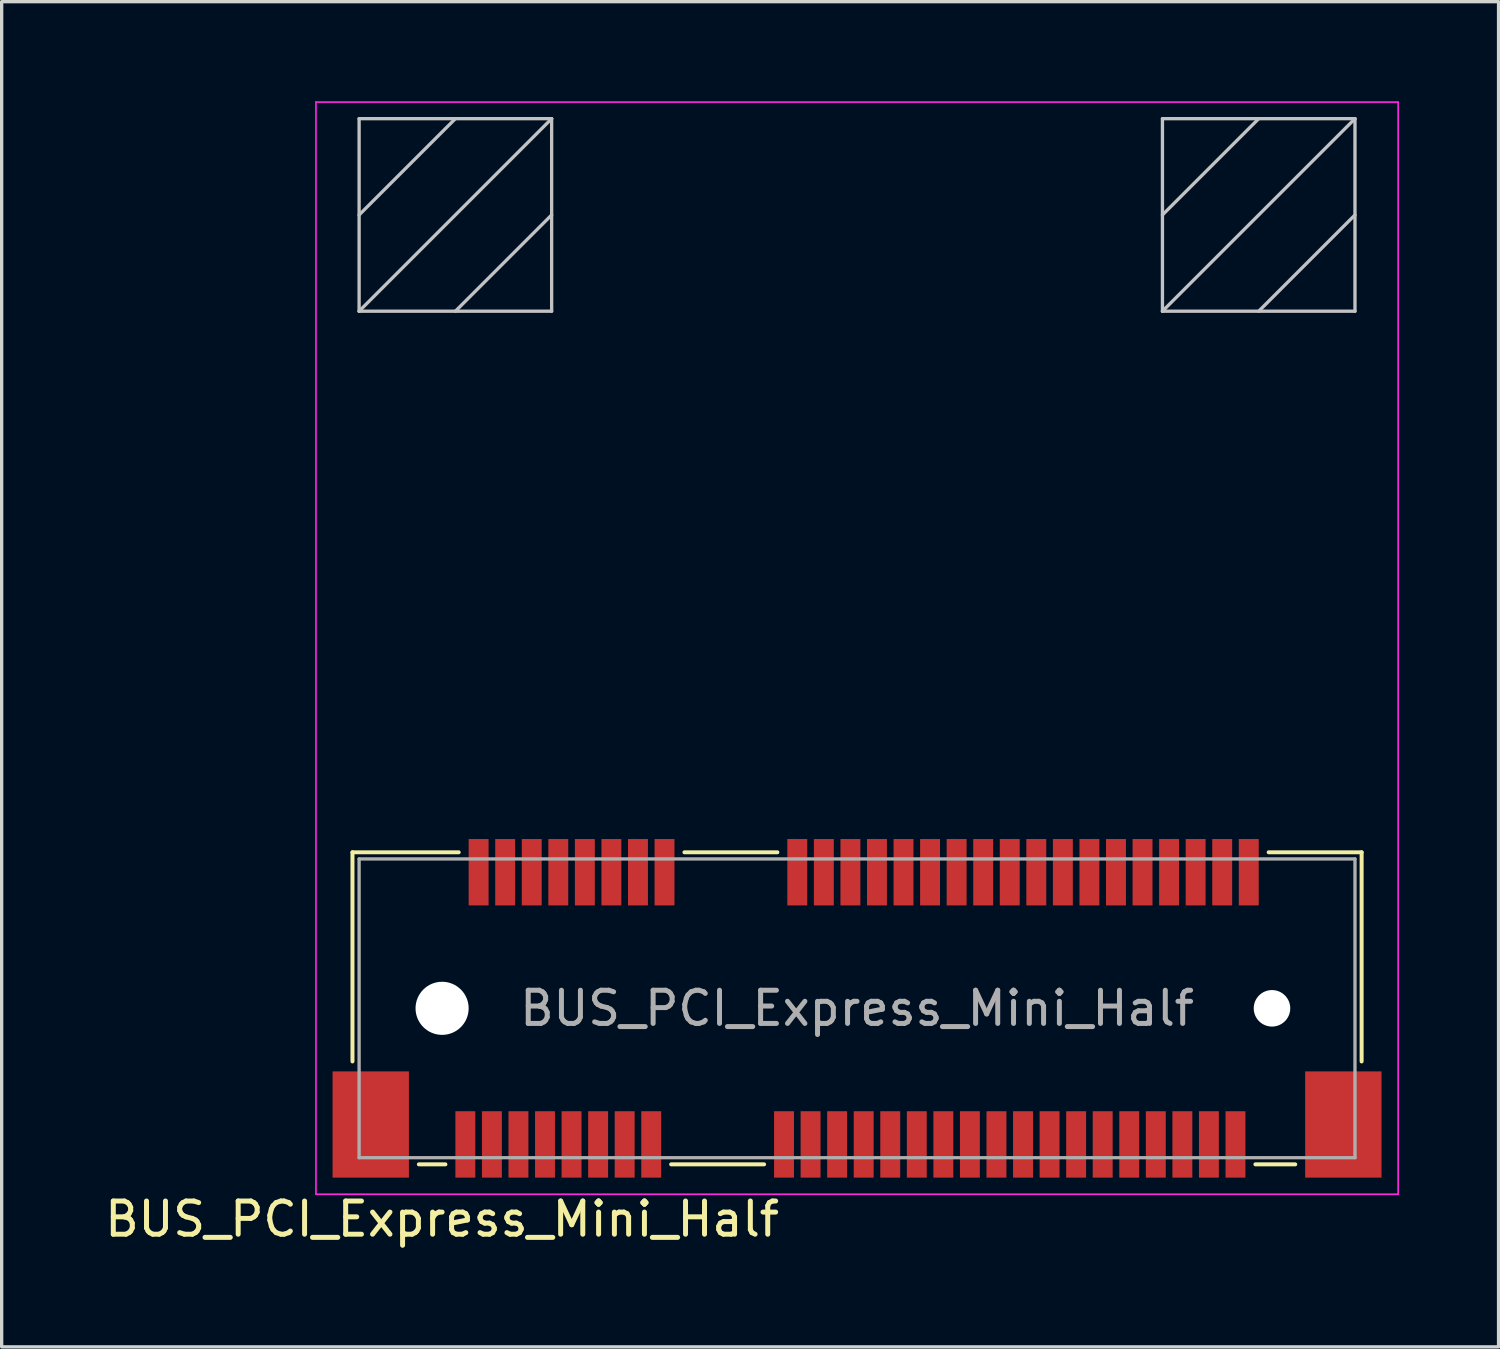
<source format=kicad_pcb>
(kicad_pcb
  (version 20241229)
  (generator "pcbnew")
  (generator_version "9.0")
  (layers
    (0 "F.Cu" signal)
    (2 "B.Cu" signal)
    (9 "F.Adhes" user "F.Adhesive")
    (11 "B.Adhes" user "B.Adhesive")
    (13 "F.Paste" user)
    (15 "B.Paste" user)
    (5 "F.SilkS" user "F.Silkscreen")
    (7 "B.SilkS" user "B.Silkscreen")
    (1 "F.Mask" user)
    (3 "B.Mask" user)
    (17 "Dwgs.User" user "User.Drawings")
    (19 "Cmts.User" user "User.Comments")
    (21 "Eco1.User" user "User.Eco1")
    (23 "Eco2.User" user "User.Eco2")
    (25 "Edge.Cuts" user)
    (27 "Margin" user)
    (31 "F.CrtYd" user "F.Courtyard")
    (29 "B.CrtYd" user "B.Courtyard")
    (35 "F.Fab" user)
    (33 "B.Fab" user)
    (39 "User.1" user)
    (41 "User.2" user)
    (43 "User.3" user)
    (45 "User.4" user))
  (footprint "BUS_PCI_Express_Mini_Half"
    (layer "F.Cu")
    (at 22.768 27.325)
    (property "Reference" "BUS_PCI_Express_Mini_Half" (at -12.5 6.35 180) (layer "F.SilkS") (effects (font (size 1 1) (thickness 0.15))))
    (attr smd)
    (fp_line (start -15.2 -4.7) (end -15.2 1.6) (stroke (width 0.12) (type solid)) (layer "F.SilkS"))
    (fp_line (start -13.2 4.7) (end -12.4 4.7) (stroke (width 0.12) (type solid)) (layer "F.SilkS"))
    (fp_line (start -12 -4.7) (end -15.2 -4.7) (stroke (width 0.12) (type solid)) (layer "F.SilkS"))
    (fp_line (start -5.6 4.7) (end -2.8 4.7) (stroke (width 0.12) (type solid)) (layer "F.SilkS"))
    (fp_line (start -2.4 -4.7) (end -5.2 -4.7) (stroke (width 0.12) (type solid)) (layer "F.SilkS"))
    (fp_line (start 12 4.7) (end 13.2 4.7) (stroke (width 0.12) (type solid)) (layer "F.SilkS"))
    (fp_line (start 15.2 -4.7) (end 12.4 -4.7) (stroke (width 0.12) (type solid)) (layer "F.SilkS"))
    (fp_line (start 15.2 1.6) (end 15.2 -4.7) (stroke (width 0.12) (type solid)) (layer "F.SilkS"))
    (fp_line (start -15 -26.8) (end -15 -21) (stroke (width 0.1) (type solid)) (layer "Dwgs.User"))
    (fp_line (start -15 -21) (end -9.2 -26.8) (stroke (width 0.1) (type solid)) (layer "Dwgs.User"))
    (fp_line (start -15 -21) (end -9.2 -21) (stroke (width 0.1) (type solid)) (layer "Dwgs.User"))
    (fp_line (start -12.1 -26.8) (end -15 -23.9) (stroke (width 0.1) (type solid)) (layer "Dwgs.User"))
    (fp_line (start -9.2 -26.8) (end -15 -26.8) (stroke (width 0.1) (type solid)) (layer "Dwgs.User"))
    (fp_line (start -9.2 -23.9) (end -12.1 -21) (stroke (width 0.1) (type solid)) (layer "Dwgs.User"))
    (fp_line (start -9.2 -21) (end -9.2 -26.8) (stroke (width 0.1) (type solid)) (layer "Dwgs.User"))
    (fp_line (start 9.2 -26.8) (end 15 -26.8) (stroke (width 0.1) (type solid)) (layer "Dwgs.User"))
    (fp_line (start 9.2 -21) (end 9.2 -26.8) (stroke (width 0.1) (type solid)) (layer "Dwgs.User"))
    (fp_line (start 12.1 -26.8) (end 9.2 -23.9) (stroke (width 0.1) (type solid)) (layer "Dwgs.User"))
    (fp_line (start 15 -26.8) (end 9.2 -21) (stroke (width 0.1) (type solid)) (layer "Dwgs.User"))
    (fp_line (start 15 -26.8) (end 15 -21) (stroke (width 0.1) (type solid)) (layer "Dwgs.User"))
    (fp_line (start 15 -23.9) (end 12.1 -21) (stroke (width 0.1) (type solid)) (layer "Dwgs.User"))
    (fp_line (start 15 -21) (end 9.2 -21) (stroke (width 0.1) (type solid)) (layer "Dwgs.User"))
    (fp_line (start -16.3 -27.3) (end 16.3 -27.3) (stroke (width 0.05) (type solid)) (layer "F.CrtYd"))
    (fp_line (start -16.3 5.6) (end -16.3 -27.3) (stroke (width 0.05) (type solid)) (layer "F.CrtYd"))
    (fp_line (start 16.3 -27.3) (end 16.3 5.6) (stroke (width 0.05) (type solid)) (layer "F.CrtYd"))
    (fp_line (start 16.3 5.6) (end -16.3 5.6) (stroke (width 0.05) (type solid)) (layer "F.CrtYd"))
    (fp_line (start -15 -4.5) (end -15 4.5) (stroke (width 0.1) (type solid)) (layer "F.Fab"))
    (fp_line (start -15 4.5) (end 15 4.5) (stroke (width 0.1) (type solid)) (layer "F.Fab"))
    (fp_line (start 15 -4.5) (end -15 -4.5) (stroke (width 0.1) (type solid)) (layer "F.Fab"))
    (fp_line (start 15 4.5) (end 15 -4.5) (stroke (width 0.1) (type solid)) (layer "F.Fab"))
    (fp_text user "${REFERENCE}" (at 0 0 0) (layer "F.Fab") (effects (font (size 1 1) (thickness 0.15))))
    (pad "" np_thru_hole circle (at -12.5 0) (size 1.6 1.6) (drill 1.6) (layers "*.Cu" "*.Mask"))
    (pad "" np_thru_hole circle (at 12.5 0) (size 1.1 1.1) (drill 1.1) (layers "*.Cu" "*.Mask"))
    (pad "1" smd rect (at -11.8 4.1) (size 0.6 2) (layers "F.Cu" "F.Mask" "F.Paste"))
    (pad "2" smd rect (at -11.4 -4.1) (size 0.6 2) (layers "F.Cu" "F.Mask" "F.Paste"))
    (pad "3" smd rect (at -11 4.1) (size 0.6 2) (layers "F.Cu" "F.Mask" "F.Paste"))
    (pad "4" smd rect (at -10.6 -4.1) (size 0.6 2) (layers "F.Cu" "F.Mask" "F.Paste"))
    (pad "5" smd rect (at -10.2 4.1) (size 0.6 2) (layers "F.Cu" "F.Mask" "F.Paste"))
    (pad "6" smd rect (at -9.8 -4.1) (size 0.6 2) (layers "F.Cu" "F.Mask" "F.Paste"))
    (pad "7" smd rect (at -9.4 4.1) (size 0.6 2) (layers "F.Cu" "F.Mask" "F.Paste"))
    (pad "8" smd rect (at -9 -4.1) (size 0.6 2) (layers "F.Cu" "F.Mask" "F.Paste"))
    (pad "9" smd rect (at -8.6 4.1) (size 0.6 2) (layers "F.Cu" "F.Mask" "F.Paste"))
    (pad "10" smd rect (at -8.2 -4.1) (size 0.6 2) (layers "F.Cu" "F.Mask" "F.Paste"))
    (pad "11" smd rect (at -7.8 4.1) (size 0.6 2) (layers "F.Cu" "F.Mask" "F.Paste"))
    (pad "12" smd rect (at -7.4 -4.1) (size 0.6 2) (layers "F.Cu" "F.Mask" "F.Paste"))
    (pad "13" smd rect (at -7 4.1) (size 0.6 2) (layers "F.Cu" "F.Mask" "F.Paste"))
    (pad "14" smd rect (at -6.6 -4.1) (size 0.6 2) (layers "F.Cu" "F.Mask" "F.Paste"))
    (pad "15" smd rect (at -6.2 4.1) (size 0.6 2) (layers "F.Cu" "F.Mask" "F.Paste"))
    (pad "16" smd rect (at -5.8 -4.1) (size 0.6 2) (layers "F.Cu" "F.Mask" "F.Paste"))
    (pad "17" smd rect (at -2.2 4.1) (size 0.6 2) (layers "F.Cu" "F.Mask" "F.Paste"))
    (pad "18" smd rect (at -1.8 -4.1) (size 0.6 2) (layers "F.Cu" "F.Mask" "F.Paste"))
    (pad "19" smd rect (at -1.4 4.1) (size 0.6 2) (layers "F.Cu" "F.Mask" "F.Paste"))
    (pad "20" smd rect (at -1 -4.1) (size 0.6 2) (layers "F.Cu" "F.Mask" "F.Paste"))
    (pad "21" smd rect (at -0.6 4.1) (size 0.6 2) (layers "F.Cu" "F.Mask" "F.Paste"))
    (pad "22" smd rect (at -0.2 -4.1) (size 0.6 2) (layers "F.Cu" "F.Mask" "F.Paste"))
    (pad "23" smd rect (at 0.2 4.1) (size 0.6 2) (layers "F.Cu" "F.Mask" "F.Paste"))
    (pad "24" smd rect (at 0.6 -4.1) (size 0.6 2) (layers "F.Cu" "F.Mask" "F.Paste"))
    (pad "25" smd rect (at 1 4.1) (size 0.6 2) (layers "F.Cu" "F.Mask" "F.Paste"))
    (pad "26" smd rect (at 1.4 -4.1) (size 0.6 2) (layers "F.Cu" "F.Mask" "F.Paste"))
    (pad "27" smd rect (at 1.8 4.1) (size 0.6 2) (layers "F.Cu" "F.Mask" "F.Paste"))
    (pad "28" smd rect (at 2.2 -4.1) (size 0.6 2) (layers "F.Cu" "F.Mask" "F.Paste"))
    (pad "29" smd rect (at 2.6 4.1) (size 0.6 2) (layers "F.Cu" "F.Mask" "F.Paste"))
    (pad "30" smd rect (at 3 -4.1) (size 0.6 2) (layers "F.Cu" "F.Mask" "F.Paste"))
    (pad "31" smd rect (at 3.4 4.1) (size 0.6 2) (layers "F.Cu" "F.Mask" "F.Paste"))
    (pad "32" smd rect (at 3.8 -4.1) (size 0.6 2) (layers "F.Cu" "F.Mask" "F.Paste"))
    (pad "33" smd rect (at 4.2 4.1) (size 0.6 2) (layers "F.Cu" "F.Mask" "F.Paste"))
    (pad "34" smd rect (at 4.6 -4.1) (size 0.6 2) (layers "F.Cu" "F.Mask" "F.Paste"))
    (pad "35" smd rect (at 5 4.1) (size 0.6 2) (layers "F.Cu" "F.Mask" "F.Paste"))
    (pad "36" smd rect (at 5.4 -4.1) (size 0.6 2) (layers "F.Cu" "F.Mask" "F.Paste"))
    (pad "37" smd rect (at 5.8 4.1) (size 0.6 2) (layers "F.Cu" "F.Mask" "F.Paste"))
    (pad "38" smd rect (at 6.2 -4.1) (size 0.6 2) (layers "F.Cu" "F.Mask" "F.Paste"))
    (pad "39" smd rect (at 6.6 4.1) (size 0.6 2) (layers "F.Cu" "F.Mask" "F.Paste"))
    (pad "40" smd rect (at 7 -4.1) (size 0.6 2) (layers "F.Cu" "F.Mask" "F.Paste"))
    (pad "41" smd rect (at 7.4 4.1) (size 0.6 2) (layers "F.Cu" "F.Mask" "F.Paste"))
    (pad "42" smd rect (at 7.8 -4.1) (size 0.6 2) (layers "F.Cu" "F.Mask" "F.Paste"))
    (pad "43" smd rect (at 8.2 4.1) (size 0.6 2) (layers "F.Cu" "F.Mask" "F.Paste"))
    (pad "44" smd rect (at 8.6 -4.1) (size 0.6 2) (layers "F.Cu" "F.Mask" "F.Paste"))
    (pad "45" smd rect (at 9 4.1) (size 0.6 2) (layers "F.Cu" "F.Mask" "F.Paste"))
    (pad "46" smd rect (at 9.4 -4.1) (size 0.6 2) (layers "F.Cu" "F.Mask" "F.Paste"))
    (pad "47" smd rect (at 9.8 4.1) (size 0.6 2) (layers "F.Cu" "F.Mask" "F.Paste"))
    (pad "48" smd rect (at 10.2 -4.1) (size 0.6 2) (layers "F.Cu" "F.Mask" "F.Paste"))
    (pad "49" smd rect (at 10.6 4.1) (size 0.6 2) (layers "F.Cu" "F.Mask" "F.Paste"))
    (pad "50" smd rect (at 11 -4.1) (size 0.6 2) (layers "F.Cu" "F.Mask" "F.Paste"))
    (pad "51" smd rect (at 11.4 4.1) (size 0.6 2) (layers "F.Cu" "F.Mask" "F.Paste"))
    (pad "52" smd rect (at 11.8 -4.1) (size 0.6 2) (layers "F.Cu" "F.Mask" "F.Paste"))
    (pad "MP" smd rect (at -14.65 3.5) (size 2.3 3.2) (layers "F.Cu" "F.Mask" "F.Paste"))
    (pad "MP" smd rect (at 14.65 3.5) (size 2.3 3.2) (layers "F.Cu" "F.Mask" "F.Paste")))
  (gr_rect
    (start -3 -3)
    (end 42.093 37.523)
    (stroke (width 0.1) (type default))
    (fill no)
    (layer "Edge.Cuts")))
</source>
